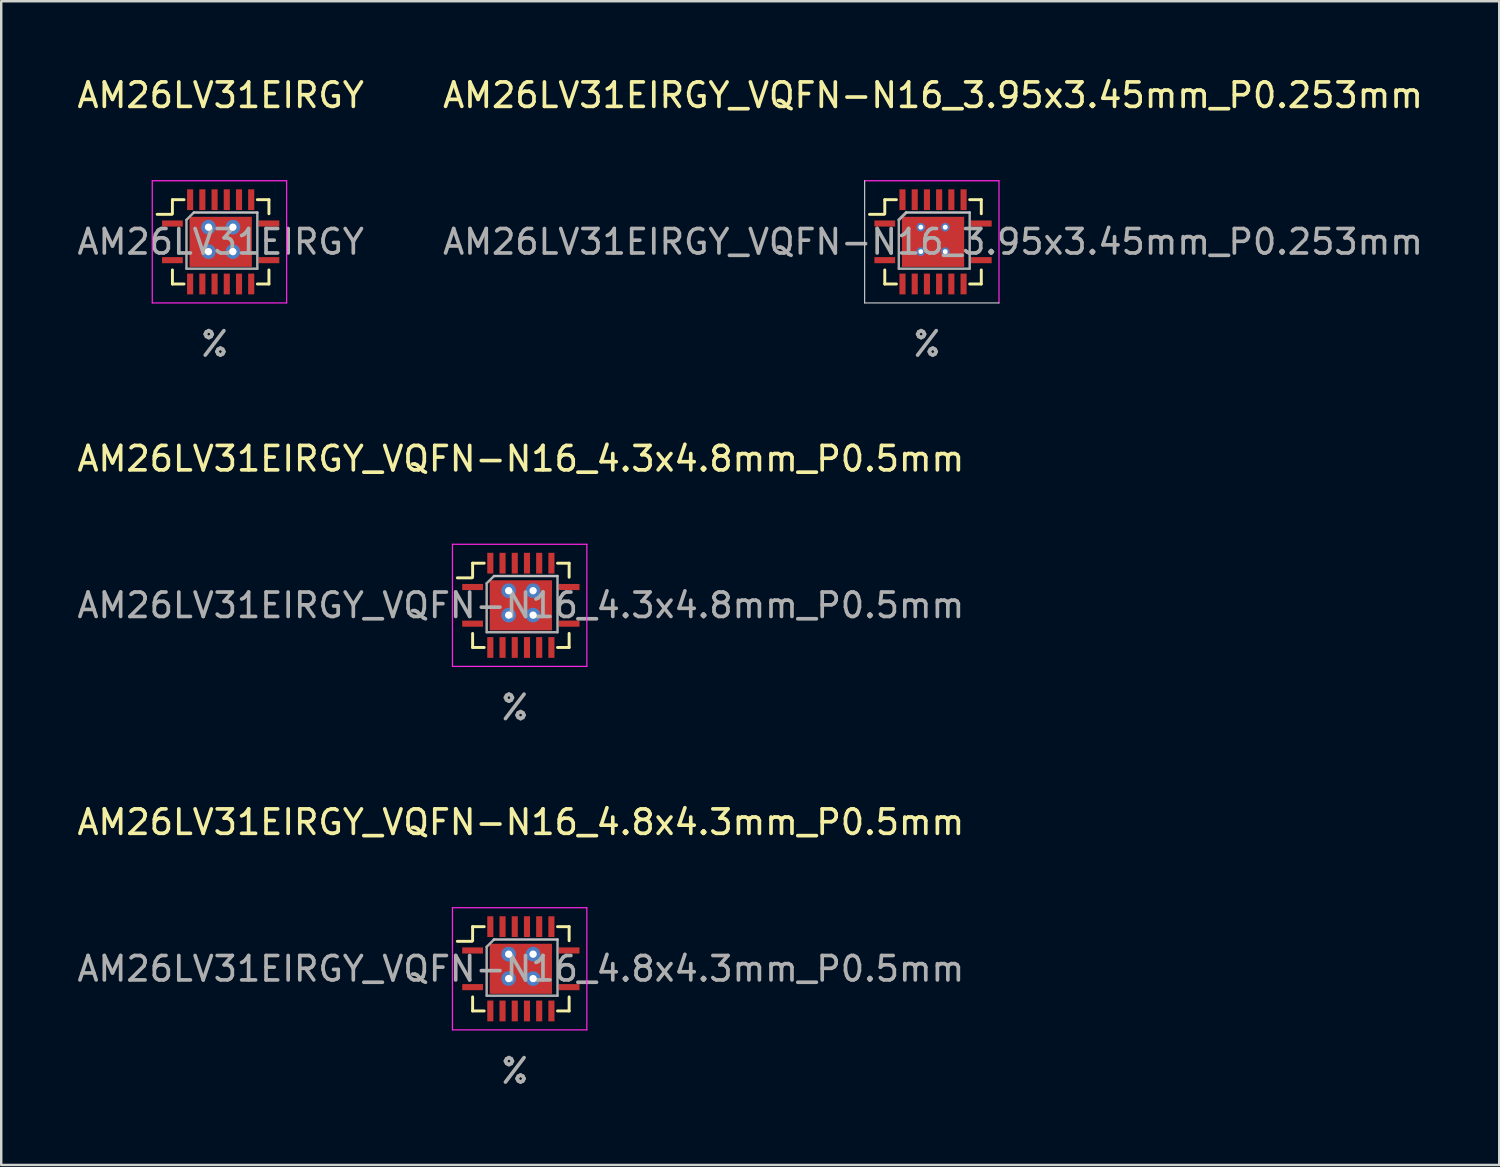
<source format=kicad_pcb>
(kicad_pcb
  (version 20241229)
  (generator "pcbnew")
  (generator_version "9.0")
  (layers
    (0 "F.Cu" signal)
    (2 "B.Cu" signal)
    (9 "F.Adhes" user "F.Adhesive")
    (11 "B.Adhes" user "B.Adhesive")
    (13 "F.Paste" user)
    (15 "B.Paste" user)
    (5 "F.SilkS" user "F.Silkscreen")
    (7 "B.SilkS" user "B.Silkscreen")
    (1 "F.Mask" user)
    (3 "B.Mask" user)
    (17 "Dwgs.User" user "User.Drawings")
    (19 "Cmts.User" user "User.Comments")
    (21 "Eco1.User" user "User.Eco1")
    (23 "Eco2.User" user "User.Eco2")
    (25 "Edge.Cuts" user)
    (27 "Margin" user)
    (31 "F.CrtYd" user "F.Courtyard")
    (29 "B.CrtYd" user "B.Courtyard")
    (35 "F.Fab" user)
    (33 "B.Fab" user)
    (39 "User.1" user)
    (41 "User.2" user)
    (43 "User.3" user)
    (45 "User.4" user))
  (footprint "AM26LV31EIRGY_VQFN-N16_4.8x4.3mm_P0.5mm"
    (layer "F.Cu")
    (at 18.268 36.601)
    (property "Reference" "AM26LV31EIRGY_VQFN-N16_4.8x4.3mm_P0.5mm" (at 0 -6 0) (layer "F.SilkS") (effects (font (size 1 1) (thickness 0.15))))
    (attr smd)
    (fp_line (start -2 -1.125) (end -2.6 -1.125) (stroke (width 0.12) (type solid)) (layer "F.SilkS"))
    (fp_line (start -1.975 -1.725) (end -1.975 -1.15) (stroke (width 0.12) (type solid)) (layer "F.SilkS"))
    (fp_line (start -1.975 1.725) (end -1.975 1.15) (stroke (width 0.12) (type solid)) (layer "F.SilkS"))
    (fp_line (start -1.5 -1.725) (end -1.975 -1.725) (stroke (width 0.12) (type solid)) (layer "F.SilkS"))
    (fp_line (start -1.5 1.725) (end -1.975 1.725) (stroke (width 0.12) (type solid)) (layer "F.SilkS"))
    (fp_line (start 1.5 -1.725) (end 1.975 -1.725) (stroke (width 0.12) (type solid)) (layer "F.SilkS"))
    (fp_line (start 1.5 1.725) (end 1.975 1.725) (stroke (width 0.12) (type solid)) (layer "F.SilkS"))
    (fp_line (start 1.975 -1.725) (end 1.975 -1.15) (stroke (width 0.12) (type solid)) (layer "F.SilkS"))
    (fp_line (start 1.975 1.725) (end 1.975 1.15) (stroke (width 0.12) (type solid)) (layer "F.SilkS"))
    (fp_line (start -1.1 -1.2) (end 1.5 -1.2) (stroke (width 0.1) (type solid)) (layer "Dwgs.User"))
    (fp_line (start -2.8 -2.5) (end -2.8 2.5) (stroke (width 0.05) (type solid)) (layer "F.CrtYd"))
    (fp_line (start -2.8 -2.5) (end 2.7 -2.5) (stroke (width 0.05) (type solid)) (layer "F.CrtYd"))
    (fp_line (start -2.8 2.5) (end 2.7 2.5) (stroke (width 0.05) (type solid)) (layer "F.CrtYd"))
    (fp_line (start 2.7 -2.5) (end 2.7 2.5) (stroke (width 0.05) (type solid)) (layer "F.CrtYd"))
    (fp_line (start -1.4 1.1) (end -1.4 -0.9) (stroke (width 0.1) (type solid)) (layer "F.Fab"))
    (fp_line (start -1.1 -1.2) (end -1.4 -0.9) (stroke (width 0.1) (type solid)) (layer "F.Fab"))
    (fp_line (start 1.5 -1.2) (end 1.5 1.1) (stroke (width 0.1) (type solid)) (layer "F.Fab"))
    (fp_line (start 1.5 1.1) (end -1.4 1.1) (stroke (width 0.1) (type solid)) (layer "F.Fab"))
    (fp_text user "%" (at -0.25 4.18 0) (layer "F.Fab") (effects (font (size 1 1) (thickness 0.15))))
    (fp_text user "${REFERENCE}" (at 0 0 0) (layer "F.Fab") (effects (font (size 1 1) (thickness 0.15))))
    (pad "" thru_hole circle (at -0.5 -0.6) (size 0.6 0.6) (drill 0.3) (layers "*.Cu" "*.Mask"))
    (pad "" thru_hole circle (at -0.5 0.4) (size 0.6 0.6) (drill 0.3) (layers "*.Cu" "*.Mask"))
    (pad "" thru_hole circle (at 0.5 -0.6) (size 0.6 0.6) (drill 0.3) (layers "*.Cu" "*.Mask"))
    (pad "" thru_hole circle (at 0.5 0.4) (size 0.6 0.6) (drill 0.3) (layers "*.Cu" "*.Mask"))
    (pad "1" smd rect (at -1.975 0.75 90) (size 0.25 0.85) (layers "F.Cu" "F.Mask" "F.Paste"))
    (pad "2" smd rect (at -1.25 1.725) (size 0.25 0.85) (layers "F.Cu" "F.Mask" "F.Paste"))
    (pad "3" smd rect (at -0.75 1.725) (size 0.25 0.85) (layers "F.Cu" "F.Mask" "F.Paste"))
    (pad "4" smd rect (at -0.25 1.725) (size 0.25 0.85) (layers "F.Cu" "F.Mask" "F.Paste"))
    (pad "5" smd rect (at 0.25 1.725) (size 0.25 0.85) (layers "F.Cu" "F.Mask" "F.Paste"))
    (pad "6" smd rect (at 0.75 1.725) (size 0.25 0.85) (layers "F.Cu" "F.Mask" "F.Paste"))
    (pad "7" smd rect (at 1.25 1.725) (size 0.25 0.85) (layers "F.Cu" "F.Mask" "F.Paste"))
    (pad "8" smd rect (at 1.975 0.75 90) (size 0.25 0.85) (layers "F.Cu" "F.Mask" "F.Paste"))
    (pad "9" smd rect (at 1.975 -0.75 90) (size 0.25 0.85) (layers "F.Cu" "F.Mask" "F.Paste"))
    (pad "10" smd rect (at 1.25 -1.725) (size 0.25 0.85) (layers "F.Cu" "F.Mask" "F.Paste"))
    (pad "11" smd rect (at 0.75 -1.725) (size 0.25 0.85) (layers "F.Cu" "F.Mask" "F.Paste"))
    (pad "12" smd rect (at 0.25 -1.725) (size 0.25 0.85) (layers "F.Cu" "F.Mask" "F.Paste"))
    (pad "13" smd rect (at -0.25 -1.725) (size 0.25 0.85) (layers "F.Cu" "F.Mask" "F.Paste"))
    (pad "14" smd rect (at -0.75 -1.725) (size 0.25 0.85) (layers "F.Cu" "F.Mask" "F.Paste"))
    (pad "15" smd rect (at -1.25 -1.725) (size 0.25 0.85) (layers "F.Cu" "F.Mask" "F.Paste"))
    (pad "16" smd rect (at -1.975 -0.75 90) (size 0.25 0.85) (layers "F.Cu" "F.Mask" "F.Paste"))
    (pad "17" smd rect (at 0 0 90) (size 2.05 2.55) (layers "F.Cu" "F.Mask" "F.Paste")))
  (footprint "AM26LV31EIRGY_VQFN-N16_4.3x4.8mm_P0.5mm"
    (layer "F.Cu")
    (at 18.268 21.725)
    (property "Reference" "AM26LV31EIRGY_VQFN-N16_4.3x4.8mm_P0.5mm" (at 0 -6 0) (layer "F.SilkS") (effects (font (size 1 1) (thickness 0.15))))
    (attr smd)
    (fp_line (start -2 -1.125) (end -2.6 -1.125) (stroke (width 0.12) (type solid)) (layer "F.SilkS"))
    (fp_line (start -1.975 -1.725) (end -1.975 -1.15) (stroke (width 0.12) (type solid)) (layer "F.SilkS"))
    (fp_line (start -1.975 1.725) (end -1.975 1.15) (stroke (width 0.12) (type solid)) (layer "F.SilkS"))
    (fp_line (start -1.5 -1.725) (end -1.975 -1.725) (stroke (width 0.12) (type solid)) (layer "F.SilkS"))
    (fp_line (start -1.5 1.725) (end -1.975 1.725) (stroke (width 0.12) (type solid)) (layer "F.SilkS"))
    (fp_line (start 1.5 -1.725) (end 1.975 -1.725) (stroke (width 0.12) (type solid)) (layer "F.SilkS"))
    (fp_line (start 1.5 1.725) (end 1.975 1.725) (stroke (width 0.12) (type solid)) (layer "F.SilkS"))
    (fp_line (start 1.975 -1.725) (end 1.975 -1.15) (stroke (width 0.12) (type solid)) (layer "F.SilkS"))
    (fp_line (start 1.975 1.725) (end 1.975 1.15) (stroke (width 0.12) (type solid)) (layer "F.SilkS"))
    (fp_line (start -1.1 -1.2) (end 1.5 -1.2) (stroke (width 0.1) (type solid)) (layer "Dwgs.User"))
    (fp_line (start -2.8 -2.5) (end -2.8 2.5) (stroke (width 0.05) (type solid)) (layer "F.CrtYd"))
    (fp_line (start -2.8 -2.5) (end 2.7 -2.5) (stroke (width 0.05) (type solid)) (layer "F.CrtYd"))
    (fp_line (start -2.8 2.5) (end 2.7 2.5) (stroke (width 0.05) (type solid)) (layer "F.CrtYd"))
    (fp_line (start 2.7 -2.5) (end 2.7 2.5) (stroke (width 0.05) (type solid)) (layer "F.CrtYd"))
    (fp_line (start -1.4 1.1) (end -1.4 -0.9) (stroke (width 0.1) (type solid)) (layer "F.Fab"))
    (fp_line (start -1.1 -1.2) (end -1.4 -0.9) (stroke (width 0.1) (type solid)) (layer "F.Fab"))
    (fp_line (start 1.5 -1.2) (end 1.5 1.1) (stroke (width 0.1) (type solid)) (layer "F.Fab"))
    (fp_line (start 1.5 1.1) (end -1.4 1.1) (stroke (width 0.1) (type solid)) (layer "F.Fab"))
    (fp_text user "${REFERENCE}" (at 0 0 0) (layer "F.Fab") (effects (font (size 1 1) (thickness 0.15))))
    (fp_text user "%" (at -0.25 4.18 0) (layer "F.Fab") (effects (font (size 1 1) (thickness 0.15))))
    (pad "" thru_hole circle (at -0.5 -0.6) (size 0.6 0.6) (drill 0.3) (layers "*.Cu" "*.Mask"))
    (pad "" thru_hole circle (at -0.5 0.4) (size 0.6 0.6) (drill 0.3) (layers "*.Cu" "*.Mask"))
    (pad "" thru_hole circle (at 0.5 -0.6) (size 0.6 0.6) (drill 0.3) (layers "*.Cu" "*.Mask"))
    (pad "" thru_hole circle (at 0.5 0.4) (size 0.6 0.6) (drill 0.3) (layers "*.Cu" "*.Mask"))
    (pad "1" smd rect (at -1.975 0.75 90) (size 0.25 0.85) (layers "F.Cu" "F.Mask" "F.Paste"))
    (pad "2" smd rect (at -1.25 1.725) (size 0.25 0.85) (layers "F.Cu" "F.Mask" "F.Paste"))
    (pad "3" smd rect (at -0.75 1.725) (size 0.25 0.85) (layers "F.Cu" "F.Mask" "F.Paste"))
    (pad "4" smd rect (at -0.25 1.725) (size 0.25 0.85) (layers "F.Cu" "F.Mask" "F.Paste"))
    (pad "5" smd rect (at 0.25 1.725) (size 0.25 0.85) (layers "F.Cu" "F.Mask" "F.Paste"))
    (pad "6" smd rect (at 0.75 1.725) (size 0.25 0.85) (layers "F.Cu" "F.Mask" "F.Paste"))
    (pad "7" smd rect (at 1.25 1.725) (size 0.25 0.85) (layers "F.Cu" "F.Mask" "F.Paste"))
    (pad "8" smd rect (at 1.975 0.75 90) (size 0.25 0.85) (layers "F.Cu" "F.Mask" "F.Paste"))
    (pad "9" smd rect (at 1.975 -0.75 90) (size 0.25 0.85) (layers "F.Cu" "F.Mask" "F.Paste"))
    (pad "10" smd rect (at 1.25 -1.725) (size 0.25 0.85) (layers "F.Cu" "F.Mask" "F.Paste"))
    (pad "11" smd rect (at 0.75 -1.725) (size 0.25 0.85) (layers "F.Cu" "F.Mask" "F.Paste"))
    (pad "12" smd rect (at 0.25 -1.725) (size 0.25 0.85) (layers "F.Cu" "F.Mask" "F.Paste"))
    (pad "13" smd rect (at -0.25 -1.725) (size 0.25 0.85) (layers "F.Cu" "F.Mask" "F.Paste"))
    (pad "14" smd rect (at -0.75 -1.725) (size 0.25 0.85) (layers "F.Cu" "F.Mask" "F.Paste"))
    (pad "15" smd rect (at -1.25 -1.725) (size 0.25 0.85) (layers "F.Cu" "F.Mask" "F.Paste"))
    (pad "16" smd rect (at -1.975 -0.75 90) (size 0.25 0.85) (layers "F.Cu" "F.Mask" "F.Paste"))
    (pad "17" smd rect (at 0 0 90) (size 2.05 2.55) (layers "F.Cu" "F.Mask" "F.Paste")))
  (footprint "AM26LV31EIRGY_VQFN-N16_3.95x3.45mm_P0.253mm"
    (layer "F.Cu")
    (at 35.137 6.848)
    (property "Reference" "AM26LV31EIRGY_VQFN-N16_3.95x3.45mm_P0.253mm" (at 0 -6 0) (layer "F.SilkS") (effects (font (size 1 1) (thickness 0.15))))
    (attr smd)
    (fp_line (start -2 -1.125) (end -2.6 -1.125) (stroke (width 0.12) (type solid)) (layer "F.SilkS"))
    (fp_line (start -1.975 -1.725) (end -1.975 -1.15) (stroke (width 0.12) (type solid)) (layer "F.SilkS"))
    (fp_line (start -1.975 1.725) (end -1.975 1.15) (stroke (width 0.12) (type solid)) (layer "F.SilkS"))
    (fp_line (start -1.5 -1.725) (end -1.975 -1.725) (stroke (width 0.12) (type solid)) (layer "F.SilkS"))
    (fp_line (start -1.5 1.725) (end -1.975 1.725) (stroke (width 0.12) (type solid)) (layer "F.SilkS"))
    (fp_line (start 1.5 -1.725) (end 1.975 -1.725) (stroke (width 0.12) (type solid)) (layer "F.SilkS"))
    (fp_line (start 1.5 1.725) (end 1.975 1.725) (stroke (width 0.12) (type solid)) (layer "F.SilkS"))
    (fp_line (start 1.975 -1.725) (end 1.975 -1.15) (stroke (width 0.12) (type solid)) (layer "F.SilkS"))
    (fp_line (start 1.975 1.725) (end 1.975 1.15) (stroke (width 0.12) (type solid)) (layer "F.SilkS"))
    (fp_line (start -2.8 2.5) (end -2.8 -2.5) (stroke (width 0.05) (type solid)) (layer "Dwgs.User"))
    (fp_line (start -1.1 -1.2) (end 1.5 -1.2) (stroke (width 0.1) (type solid)) (layer "Dwgs.User"))
    (fp_line (start 2.7 2.5) (end -2.8 2.5) (stroke (width 0.05) (type solid)) (layer "Dwgs.User"))
    (fp_line (start -2.8 -2.5) (end 2.7 -2.5) (stroke (width 0.05) (type solid)) (layer "F.CrtYd"))
    (fp_line (start 2.7 -2.5) (end 2.7 2.5) (stroke (width 0.05) (type solid)) (layer "F.CrtYd"))
    (fp_line (start -1.4 1.1) (end -1.4 -0.9) (stroke (width 0.1) (type solid)) (layer "F.Fab"))
    (fp_line (start -1.1 -1.2) (end -1.4 -0.9) (stroke (width 0.12) (type solid)) (layer "F.Fab"))
    (fp_line (start 1.5 -1.2) (end 1.5 1.1) (stroke (width 0.1) (type solid)) (layer "F.Fab"))
    (fp_line (start 1.5 1.1) (end -1.4 1.1) (stroke (width 0.1) (type solid)) (layer "F.Fab"))
    (fp_text user "%" (at -0.25 4.18 0) (layer "F.Fab") (effects (font (size 1 1) (thickness 0.15))))
    (fp_text user "${REFERENCE}" (at 0 0 0) (layer "F.Fab") (effects (font (size 1 1) (thickness 0.15))))
    (pad "" thru_hole circle (at -0.5 -0.6) (size 0.35 0.35) (drill 0.2) (layers "*.Cu" "*.Mask"))
    (pad "" thru_hole circle (at -0.5 0.4) (size 0.35 0.35) (drill 0.2) (layers "*.Cu" "*.Mask"))
    (pad "" thru_hole circle (at 0.5 -0.6) (size 0.35 0.35) (drill 0.2) (layers "*.Cu" "*.Mask"))
    (pad "" thru_hole circle (at 0.5 0.4) (size 0.35 0.35) (drill 0.2) (layers "*.Cu" "*.Mask"))
    (pad "1" smd rect (at -1.975 0.75 90) (size 0.25 0.85) (layers "F.Cu" "F.Mask" "F.Paste"))
    (pad "2" smd rect (at -1.25 1.725) (size 0.25 0.85) (layers "F.Cu" "F.Mask" "F.Paste"))
    (pad "3" smd rect (at -0.75 1.725) (size 0.25 0.85) (layers "F.Cu" "F.Mask" "F.Paste"))
    (pad "4" smd rect (at -0.25 1.725) (size 0.25 0.85) (layers "F.Cu" "F.Mask" "F.Paste"))
    (pad "5" smd rect (at 0.25 1.725) (size 0.25 0.85) (layers "F.Cu" "F.Mask" "F.Paste"))
    (pad "6" smd rect (at 0.75 1.725) (size 0.25 0.85) (layers "F.Cu" "F.Mask" "F.Paste"))
    (pad "7" smd rect (at 1.25 1.725) (size 0.25 0.85) (layers "F.Cu" "F.Mask" "F.Paste"))
    (pad "8" smd rect (at 1.975 0.75 90) (size 0.25 0.85) (layers "F.Cu" "F.Mask" "F.Paste"))
    (pad "9" smd rect (at 1.975 -0.75 90) (size 0.25 0.85) (layers "F.Cu" "F.Mask" "F.Paste"))
    (pad "10" smd rect (at 1.25 -1.725) (size 0.25 0.85) (layers "F.Cu" "F.Mask" "F.Paste"))
    (pad "11" smd rect (at 0.75 -1.725) (size 0.25 0.85) (layers "F.Cu" "F.Mask" "F.Paste"))
    (pad "12" smd rect (at 0.25 -1.725) (size 0.25 0.85) (layers "F.Cu" "F.Mask" "F.Paste"))
    (pad "13" smd rect (at -0.25 -1.725) (size 0.25 0.85) (layers "F.Cu" "F.Mask" "F.Paste"))
    (pad "14" smd rect (at -0.75 -1.725) (size 0.25 0.85) (layers "F.Cu" "F.Mask" "F.Paste"))
    (pad "15" smd rect (at -1.25 -1.725) (size 0.25 0.85) (layers "F.Cu" "F.Mask" "F.Paste"))
    (pad "16" smd rect (at -1.975 -0.75 90) (size 0.25 0.85) (layers "F.Cu" "F.Mask" "F.Paste"))
    (pad "17" smd rect (at 0 0 90) (size 2.05 2.55) (layers "F.Cu" "F.Mask" "F.Paste")))
  (footprint "AM26LV31EIRGY"
    (layer "F.Cu")
    (at 5.982 6.848)
    (property "Reference" "AM26LV31EIRGY" (at 0 -6 0) (layer "F.SilkS") (effects (font (size 1 1) (thickness 0.15))))
    (attr smd)
    (fp_line (start -2 -1.125) (end -2.6 -1.125) (stroke (width 0.12) (type solid)) (layer "F.SilkS"))
    (fp_line (start -1.975 -1.725) (end -1.975 -1.15) (stroke (width 0.12) (type solid)) (layer "F.SilkS"))
    (fp_line (start -1.975 1.725) (end -1.975 1.15) (stroke (width 0.12) (type solid)) (layer "F.SilkS"))
    (fp_line (start -1.5 -1.725) (end -1.975 -1.725) (stroke (width 0.12) (type solid)) (layer "F.SilkS"))
    (fp_line (start -1.5 1.725) (end -1.975 1.725) (stroke (width 0.12) (type solid)) (layer "F.SilkS"))
    (fp_line (start 1.5 -1.725) (end 1.975 -1.725) (stroke (width 0.12) (type solid)) (layer "F.SilkS"))
    (fp_line (start 1.5 1.725) (end 1.975 1.725) (stroke (width 0.12) (type solid)) (layer "F.SilkS"))
    (fp_line (start 1.975 -1.725) (end 1.975 -1.15) (stroke (width 0.12) (type solid)) (layer "F.SilkS"))
    (fp_line (start 1.975 1.725) (end 1.975 1.15) (stroke (width 0.12) (type solid)) (layer "F.SilkS"))
    (fp_line (start -1.1 -1.2) (end 1.5 -1.2) (stroke (width 0.1) (type solid)) (layer "Dwgs.User"))
    (fp_line (start -2.8 -2.5) (end -2.8 2.5) (stroke (width 0.05) (type solid)) (layer "F.CrtYd"))
    (fp_line (start -2.8 -2.5) (end 2.7 -2.5) (stroke (width 0.05) (type solid)) (layer "F.CrtYd"))
    (fp_line (start -2.8 2.5) (end 2.7 2.5) (stroke (width 0.05) (type solid)) (layer "F.CrtYd"))
    (fp_line (start 2.7 -2.5) (end 2.7 2.5) (stroke (width 0.05) (type solid)) (layer "F.CrtYd"))
    (fp_line (start -1.4 1.1) (end -1.4 -0.9) (stroke (width 0.1) (type solid)) (layer "F.Fab"))
    (fp_line (start -1.1 -1.2) (end -1.4 -0.9) (stroke (width 0.1) (type solid)) (layer "F.Fab"))
    (fp_line (start 1.5 -1.2) (end 1.5 1.1) (stroke (width 0.1) (type solid)) (layer "F.Fab"))
    (fp_line (start 1.5 1.1) (end -1.4 1.1) (stroke (width 0.1) (type solid)) (layer "F.Fab"))
    (fp_text user "${REFERENCE}" (at 0 0 0) (layer "F.Fab") (effects (font (size 1 1) (thickness 0.15))))
    (fp_text user "%" (at -0.25 4.18 0) (layer "F.Fab") (effects (font (size 1 1) (thickness 0.15))))
    (pad "" thru_hole circle (at -0.5 -0.6) (size 0.6 0.6) (drill 0.3) (layers "*.Cu" "*.Mask"))
    (pad "" thru_hole circle (at -0.5 0.4) (size 0.6 0.6) (drill 0.3) (layers "*.Cu" "*.Mask"))
    (pad "" thru_hole circle (at 0.5 -0.6) (size 0.6 0.6) (drill 0.3) (layers "*.Cu" "*.Mask"))
    (pad "" thru_hole circle (at 0.5 0.4) (size 0.6 0.6) (drill 0.3) (layers "*.Cu" "*.Mask"))
    (pad "1" smd rect (at -1.975 0.75 90) (size 0.25 0.85) (layers "F.Cu" "F.Mask" "F.Paste"))
    (pad "2" smd rect (at -1.25 1.725) (size 0.25 0.85) (layers "F.Cu" "F.Mask" "F.Paste"))
    (pad "3" smd rect (at -0.75 1.725) (size 0.25 0.85) (layers "F.Cu" "F.Mask" "F.Paste"))
    (pad "4" smd rect (at -0.25 1.725) (size 0.25 0.85) (layers "F.Cu" "F.Mask" "F.Paste"))
    (pad "5" smd rect (at 0.25 1.725) (size 0.25 0.85) (layers "F.Cu" "F.Mask" "F.Paste"))
    (pad "6" smd rect (at 0.75 1.725) (size 0.25 0.85) (layers "F.Cu" "F.Mask" "F.Paste"))
    (pad "7" smd rect (at 1.25 1.725) (size 0.25 0.85) (layers "F.Cu" "F.Mask" "F.Paste"))
    (pad "8" smd rect (at 1.975 0.75 90) (size 0.25 0.85) (layers "F.Cu" "F.Mask" "F.Paste"))
    (pad "9" smd rect (at 1.975 -0.75 90) (size 0.25 0.85) (layers "F.Cu" "F.Mask" "F.Paste"))
    (pad "10" smd rect (at 1.25 -1.725) (size 0.25 0.85) (layers "F.Cu" "F.Mask" "F.Paste"))
    (pad "11" smd rect (at 0.75 -1.725) (size 0.25 0.85) (layers "F.Cu" "F.Mask" "F.Paste"))
    (pad "12" smd rect (at 0.25 -1.725) (size 0.25 0.85) (layers "F.Cu" "F.Mask" "F.Paste"))
    (pad "13" smd rect (at -0.25 -1.725) (size 0.25 0.85) (layers "F.Cu" "F.Mask" "F.Paste"))
    (pad "14" smd rect (at -0.75 -1.725) (size 0.25 0.85) (layers "F.Cu" "F.Mask" "F.Paste"))
    (pad "15" smd rect (at -1.25 -1.725) (size 0.25 0.85) (layers "F.Cu" "F.Mask" "F.Paste"))
    (pad "16" smd rect (at -1.975 -0.75 90) (size 0.25 0.85) (layers "F.Cu" "F.Mask" "F.Paste"))
    (pad "17" smd rect (at 0 0 90) (size 2.05 2.55) (layers "F.Cu" "F.Mask" "F.Paste")))
  (gr_rect
    (start -3 -3)
    (end 58.31 44.63)
    (stroke (width 0.1) (type default))
    (fill no)
    (layer "Edge.Cuts")))
</source>
